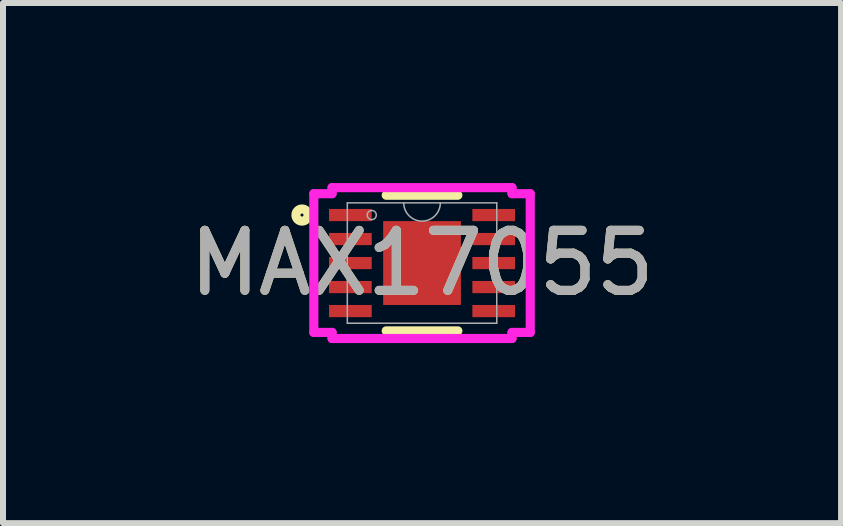
<source format=kicad_pcb>
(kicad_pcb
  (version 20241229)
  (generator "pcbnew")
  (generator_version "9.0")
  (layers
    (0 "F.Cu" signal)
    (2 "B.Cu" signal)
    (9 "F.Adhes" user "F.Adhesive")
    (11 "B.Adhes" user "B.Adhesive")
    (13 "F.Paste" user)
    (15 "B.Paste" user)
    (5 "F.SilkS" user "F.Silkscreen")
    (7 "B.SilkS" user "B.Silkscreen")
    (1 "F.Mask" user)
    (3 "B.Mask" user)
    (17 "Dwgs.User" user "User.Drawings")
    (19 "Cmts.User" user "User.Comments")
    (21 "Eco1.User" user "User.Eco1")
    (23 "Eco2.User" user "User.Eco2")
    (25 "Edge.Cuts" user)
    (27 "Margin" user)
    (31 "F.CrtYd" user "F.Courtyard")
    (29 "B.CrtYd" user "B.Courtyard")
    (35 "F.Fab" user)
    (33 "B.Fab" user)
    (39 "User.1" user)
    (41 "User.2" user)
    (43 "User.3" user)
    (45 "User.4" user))
  (footprint "MAX17055"
    (layer "F.Cu")
    (at 3.982 1.333)
    (property "Reference" "MAX17055" (at 0 0 0) (unlocked yes) (layer "F.SilkS") (effects (font (size 1 1) (thickness 0.15))))
    (attr smd)
    (fp_line (start -0.597 1.13) (end 0.597 1.13) (stroke (width 0.152) (type solid)) (layer "F.SilkS"))
    (fp_line (start 0.597 -1.13) (end -0.597 -1.13) (stroke (width 0.152) (type solid)) (layer "F.SilkS"))
    (fp_circle (center -2 -0.8) (end -1.899 -0.8) (stroke (width 0.152) (type solid)) (fill no) (layer "F.SilkS"))
    (fp_line (start -1.803 -1.156) (end -1.499 -1.156) (stroke (width 0.152) (type solid)) (layer "F.CrtYd"))
    (fp_line (start -1.803 1.156) (end -1.803 -1.156) (stroke (width 0.152) (type solid)) (layer "F.CrtYd"))
    (fp_line (start -1.803 1.156) (end -1.499 1.156) (stroke (width 0.152) (type solid)) (layer "F.CrtYd"))
    (fp_line (start -1.499 -1.257) (end 1.499 -1.257) (stroke (width 0.152) (type solid)) (layer "F.CrtYd"))
    (fp_line (start -1.499 -1.156) (end -1.499 -1.257) (stroke (width 0.152) (type solid)) (layer "F.CrtYd"))
    (fp_line (start -1.499 1.257) (end -1.499 1.156) (stroke (width 0.152) (type solid)) (layer "F.CrtYd"))
    (fp_line (start 1.499 -1.257) (end 1.499 -1.156) (stroke (width 0.152) (type solid)) (layer "F.CrtYd"))
    (fp_line (start 1.499 1.156) (end 1.499 1.257) (stroke (width 0.152) (type solid)) (layer "F.CrtYd"))
    (fp_line (start 1.499 1.257) (end -1.499 1.257) (stroke (width 0.152) (type solid)) (layer "F.CrtYd"))
    (fp_line (start 1.803 -1.156) (end 1.499 -1.156) (stroke (width 0.152) (type solid)) (layer "F.CrtYd"))
    (fp_line (start 1.803 -1.156) (end 1.803 1.156) (stroke (width 0.152) (type solid)) (layer "F.CrtYd"))
    (fp_line (start 1.803 1.156) (end 1.499 1.156) (stroke (width 0.152) (type solid)) (layer "F.CrtYd"))
    (fp_line (start -1.245 -1.003) (end -1.245 1.003) (stroke (width 0.025) (type solid)) (layer "F.Fab"))
    (fp_line (start -1.245 1.003) (end 1.245 1.003) (stroke (width 0.025) (type solid)) (layer "F.Fab"))
    (fp_line (start 1.245 -1.003) (end -1.245 -1.003) (stroke (width 0.025) (type solid)) (layer "F.Fab"))
    (fp_line (start 1.245 1.003) (end 1.245 -1.003) (stroke (width 0.025) (type solid)) (layer "F.Fab"))
    (fp_arc (start 0.3048 -1.0033) (mid 0 -0.6985) (end -0.3048 -1.0033) (stroke (width 0.0254) (type solid)) (layer "F.Fab"))
    (fp_circle (center -0.838 -0.8) (end -0.762 -0.8) (stroke (width 0.025) (type solid)) (fill no) (layer "F.Fab"))
    (fp_text user "${REFERENCE}" (at 0 0 0) (unlocked yes) (layer "F.Fab") (effects (font (size 1 1) (thickness 0.15))))
    (pad "1" smd rect (at -1.194 -0.8) (size 0.711 0.203) (layers "F.Cu" "F.Mask" "F.Paste"))
    (pad "2" smd rect (at -1.194 -0.4) (size 0.711 0.203) (layers "F.Cu" "F.Mask" "F.Paste"))
    (pad "3" smd rect (at -1.194 0) (size 0.711 0.203) (layers "F.Cu" "F.Mask" "F.Paste"))
    (pad "4" smd rect (at -1.194 0.4) (size 0.711 0.203) (layers "F.Cu" "F.Mask" "F.Paste"))
    (pad "5" smd rect (at -1.194 0.8) (size 0.711 0.203) (layers "F.Cu" "F.Mask" "F.Paste"))
    (pad "6" smd rect (at 1.194 0.8) (size 0.711 0.203) (layers "F.Cu" "F.Mask" "F.Paste"))
    (pad "7" smd rect (at 1.194 0.4) (size 0.711 0.203) (layers "F.Cu" "F.Mask" "F.Paste"))
    (pad "8" smd rect (at 1.194 0) (size 0.711 0.203) (layers "F.Cu" "F.Mask" "F.Paste"))
    (pad "9" smd rect (at 1.194 -0.4) (size 0.711 0.203) (layers "F.Cu" "F.Mask" "F.Paste"))
    (pad "10" smd rect (at 1.194 -0.8) (size 0.711 0.203) (layers "F.Cu" "F.Mask" "F.Paste"))
    (pad "11" smd rect (at 0 0) (size 1.295 1.397) (layers "F.Cu" "F.Mask" "F.Paste")))
  (gr_rect
    (start -3 -3)
    (end 10.964 5.667)
    (stroke (width 0.1) (type default))
    (fill no)
    (layer "Edge.Cuts")))
</source>
